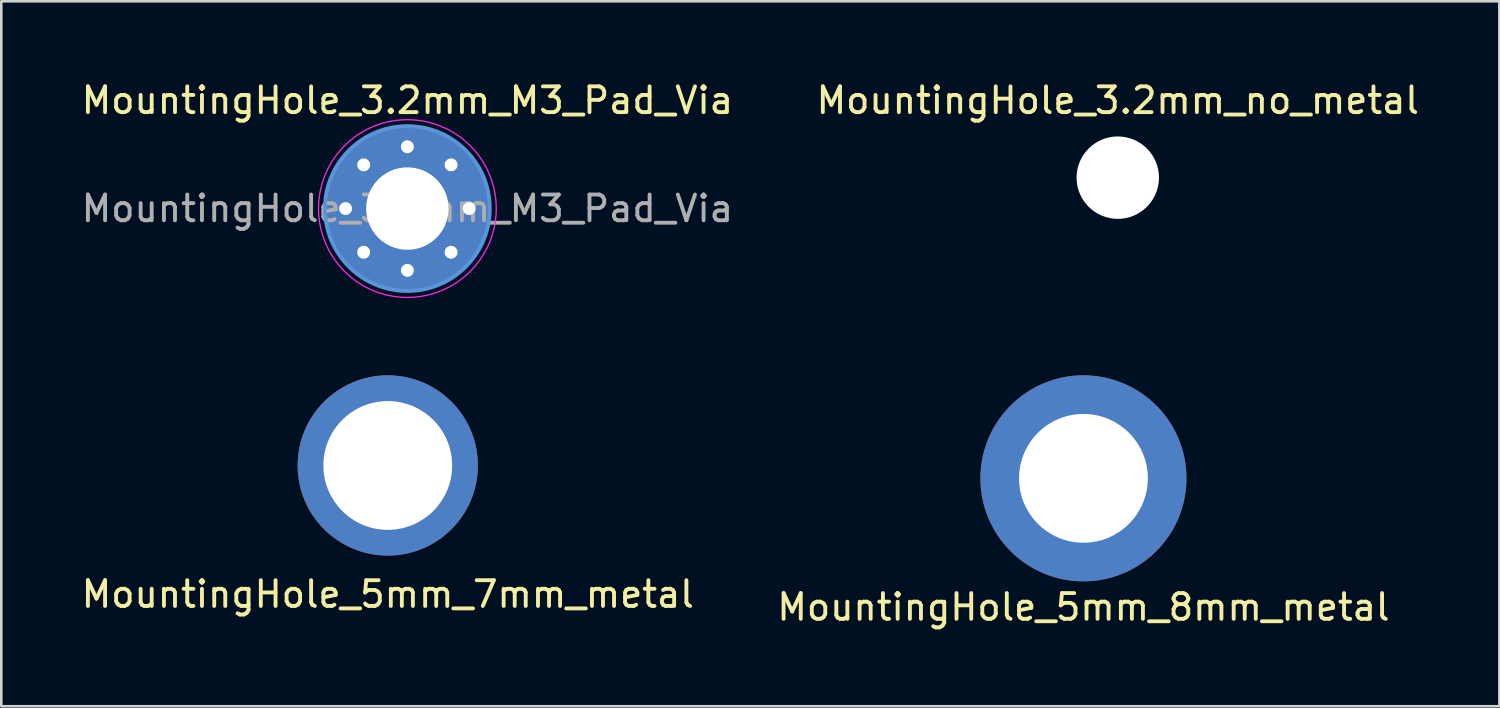
<source format=kicad_pcb>
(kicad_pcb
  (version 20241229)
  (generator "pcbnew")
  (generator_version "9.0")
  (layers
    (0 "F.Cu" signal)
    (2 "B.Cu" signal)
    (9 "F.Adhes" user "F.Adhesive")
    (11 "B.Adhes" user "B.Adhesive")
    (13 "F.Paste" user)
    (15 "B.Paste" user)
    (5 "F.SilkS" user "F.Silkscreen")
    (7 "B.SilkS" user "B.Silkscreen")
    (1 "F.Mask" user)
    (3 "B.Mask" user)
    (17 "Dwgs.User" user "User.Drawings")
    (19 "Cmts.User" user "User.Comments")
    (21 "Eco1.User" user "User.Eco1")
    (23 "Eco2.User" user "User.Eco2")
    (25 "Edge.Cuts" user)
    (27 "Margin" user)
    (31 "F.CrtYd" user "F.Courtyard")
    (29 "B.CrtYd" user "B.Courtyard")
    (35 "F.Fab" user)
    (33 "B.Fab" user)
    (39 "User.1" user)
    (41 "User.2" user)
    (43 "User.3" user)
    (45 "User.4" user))
  (footprint "MountingHole_5mm_7mm_metal"
    (layer "F.Cu")
    (at 12.006 15.023)
    (property "Reference" "MountingHole_5mm_7mm_metal" (at 0 5 0) (layer "F.SilkS") (effects (font (size 1 1) (thickness 0.15))))
    (attr through_hole)
    (pad "S" thru_hole circle (at 0 0) (size 7 7) (drill 5) (layers "*.Cu" "*.Mask")))
  (footprint "MountingHole_3.2mm_no_metal"
    (layer "F.Cu")
    (at 40.351 3.848)
    (property "Reference" "MountingHole_3.2mm_no_metal" (at 0 -3 0) (layer "F.SilkS") (effects (font (size 1 1) (thickness 0.15))))
    (attr through_hole)
    (pad "" np_thru_hole circle (at 0 0) (size 3.2 3.2) (drill 3.2) (layers "*.Cu" "*.Mask")))
  (footprint "MountingHole_3.2mm_M3_Pad_Via"
    (layer "F.Cu")
    (at 12.768 5.048)
    (property "Reference" "MountingHole_3.2mm_M3_Pad_Via" (at 0 -4.2 0) (layer "F.SilkS") (effects (font (size 1 1) (thickness 0.15))))
    (attr exclude_from_pos_files exclude_from_bom)
    (fp_circle (center 0 0) (end 3.2 0) (stroke (width 0.15) (type solid)) (fill no) (layer "Cmts.User"))
    (fp_circle (center 0 0) (end 3.45 0) (stroke (width 0.05) (type solid)) (fill no) (layer "F.CrtYd"))
    (fp_text user "${REFERENCE}" (at 0 0 0) (layer "F.Fab") (effects (font (size 1 1) (thickness 0.15))))
    (pad "1" thru_hole circle (at -2.4 0) (size 0.9 0.9) (drill 0.5) (layers "*.Cu" "*.Mask"))
    (pad "1" thru_hole circle (at -1.697 -1.697) (size 0.9 0.9) (drill 0.5) (layers "*.Cu" "*.Mask"))
    (pad "1" thru_hole circle (at -1.697 1.697) (size 0.9 0.9) (drill 0.5) (layers "*.Cu" "*.Mask"))
    (pad "1" thru_hole circle (at 0 -2.4) (size 0.9 0.9) (drill 0.5) (layers "*.Cu" "*.Mask"))
    (pad "1" thru_hole circle (at 0 0) (size 6.4 6.4) (drill 3.2) (layers "*.Cu" "*.Mask"))
    (pad "1" thru_hole circle (at 0 2.4) (size 0.9 0.9) (drill 0.5) (layers "*.Cu" "*.Mask"))
    (pad "1" thru_hole circle (at 1.697 -1.697) (size 0.9 0.9) (drill 0.5) (layers "*.Cu" "*.Mask"))
    (pad "1" thru_hole circle (at 1.697 1.697) (size 0.9 0.9) (drill 0.5) (layers "*.Cu" "*.Mask"))
    (pad "1" thru_hole circle (at 2.4 0) (size 0.9 0.9) (drill 0.5) (layers "*.Cu" "*.Mask")))
  (footprint "MountingHole_5mm_8mm_metal"
    (layer "F.Cu")
    (at 39.018 15.523)
    (property "Reference" "MountingHole_5mm_8mm_metal" (at 0 5 0) (layer "F.SilkS") (effects (font (size 1 1) (thickness 0.15))))
    (attr through_hole)
    (pad "S" thru_hole circle (at 0 0) (size 8 8) (drill 5) (layers "*.Cu" "*.Mask")))
  (gr_rect
    (start -3 -3)
    (end 55.167 24.372)
    (stroke (width 0.1) (type default))
    (fill no)
    (layer "Edge.Cuts")))
</source>
